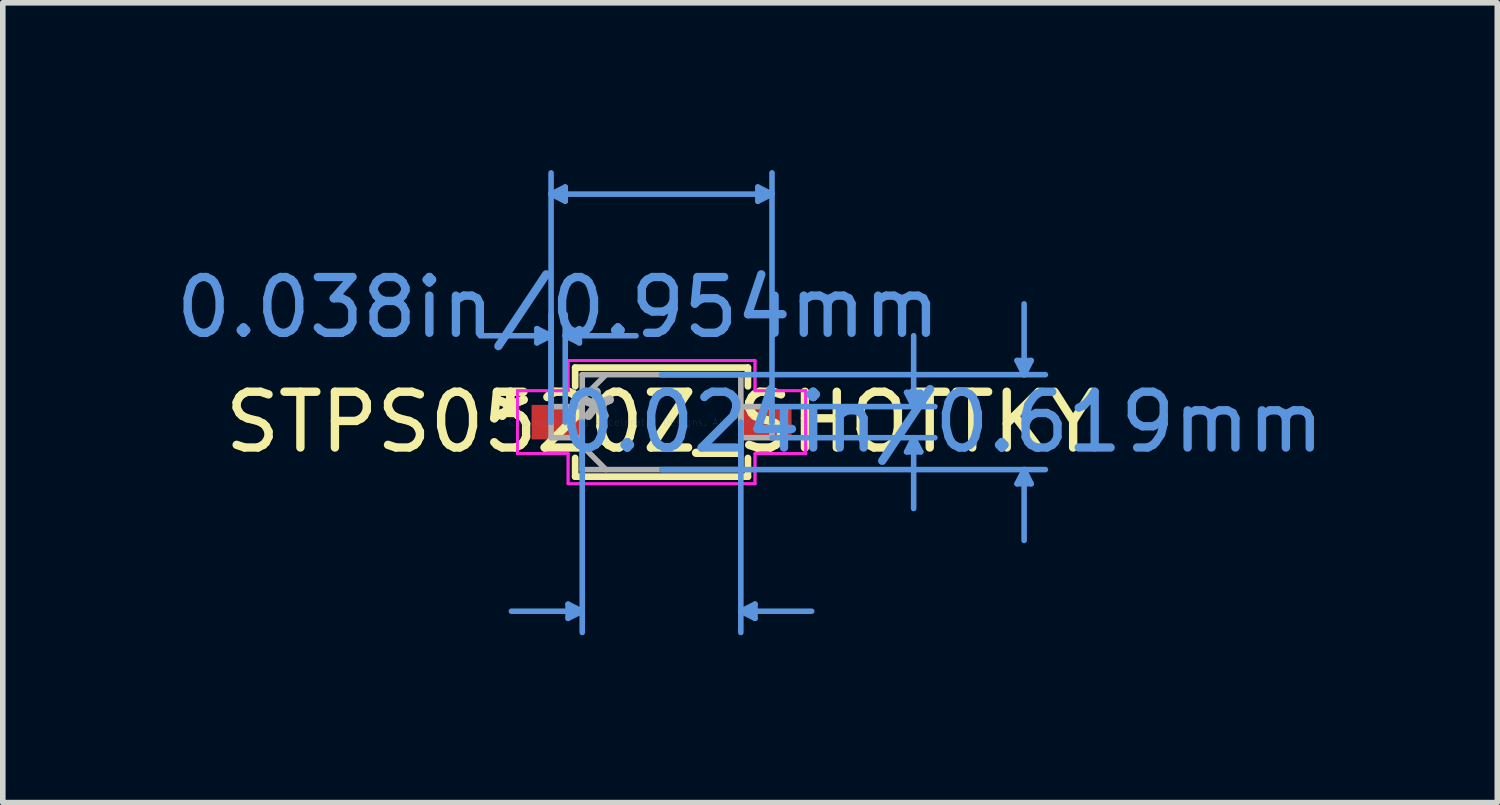
<source format=kicad_pcb>
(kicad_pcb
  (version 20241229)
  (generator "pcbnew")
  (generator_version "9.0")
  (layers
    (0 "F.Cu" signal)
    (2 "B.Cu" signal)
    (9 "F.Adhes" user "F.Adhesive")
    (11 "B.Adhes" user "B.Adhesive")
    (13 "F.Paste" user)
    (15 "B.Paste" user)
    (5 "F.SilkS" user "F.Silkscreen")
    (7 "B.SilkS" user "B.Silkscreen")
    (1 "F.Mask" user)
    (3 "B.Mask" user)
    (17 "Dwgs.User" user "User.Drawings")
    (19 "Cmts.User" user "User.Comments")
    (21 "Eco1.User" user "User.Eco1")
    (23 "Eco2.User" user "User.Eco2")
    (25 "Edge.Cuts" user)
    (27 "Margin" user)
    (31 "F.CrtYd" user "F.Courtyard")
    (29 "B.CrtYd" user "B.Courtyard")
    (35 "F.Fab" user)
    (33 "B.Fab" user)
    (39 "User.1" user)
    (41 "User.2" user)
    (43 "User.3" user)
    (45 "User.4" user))
  (footprint "STPS0520Z_SHOTTKY"
    (layer "F.Cu")
    (at 8.813 4.52)
    (property "Reference" "STPS0520Z_SHOTTKY" (at 0 0 0) (layer "F.SilkS") (effects (font (size 1 1) (thickness 0.15))))
    (attr through_hole)
    (fp_line (start -1.549 -0.978) (end -1.549 -0.642) (stroke (width 0.12) (type solid)) (layer "F.SilkS"))
    (fp_line (start -1.549 0.642) (end -1.549 0.978) (stroke (width 0.12) (type solid)) (layer "F.SilkS"))
    (fp_line (start -1.549 0.978) (end 1.549 0.978) (stroke (width 0.12) (type solid)) (layer "F.SilkS"))
    (fp_line (start 1.549 -0.978) (end -1.549 -0.978) (stroke (width 0.12) (type solid)) (layer "F.SilkS"))
    (fp_line (start 1.549 -0.642) (end 1.549 -0.978) (stroke (width 0.12) (type solid)) (layer "F.SilkS"))
    (fp_line (start 1.549 0.978) (end 1.549 0.642) (stroke (width 0.12) (type solid)) (layer "F.SilkS"))
    (fp_line (start -2.235 -1.676) (end -2.235 -1.422) (stroke (width 0.1) (type solid)) (layer "Cmts.User"))
    (fp_line (start -1.981 -4.089) (end -1.727 -4.216) (stroke (width 0.1) (type solid)) (layer "Cmts.User"))
    (fp_line (start -1.981 -4.089) (end -1.727 -3.962) (stroke (width 0.1) (type solid)) (layer "Cmts.User"))
    (fp_line (start -1.981 -4.089) (end 1.981 -4.089) (stroke (width 0.1) (type solid)) (layer "Cmts.User"))
    (fp_line (start -1.981 -1.549) (end -3.251 -1.549) (stroke (width 0.1) (type solid)) (layer "Cmts.User"))
    (fp_line (start -1.981 -1.549) (end -2.235 -1.676) (stroke (width 0.1) (type solid)) (layer "Cmts.User"))
    (fp_line (start -1.981 -1.549) (end -2.235 -1.422) (stroke (width 0.1) (type solid)) (layer "Cmts.User"))
    (fp_line (start -1.981 0) (end -1.981 -4.47) (stroke (width 0.1) (type solid)) (layer "Cmts.User"))
    (fp_line (start -1.981 0) (end -1.981 -1.93) (stroke (width 0.1) (type solid)) (layer "Cmts.User"))
    (fp_line (start -1.727 -4.216) (end -1.727 -3.962) (stroke (width 0.1) (type solid)) (layer "Cmts.User"))
    (fp_line (start -1.727 -1.549) (end -1.473 -1.676) (stroke (width 0.1) (type solid)) (layer "Cmts.User"))
    (fp_line (start -1.727 -1.549) (end -1.473 -1.422) (stroke (width 0.1) (type solid)) (layer "Cmts.User"))
    (fp_line (start -1.727 -1.549) (end -0.457 -1.549) (stroke (width 0.1) (type solid)) (layer "Cmts.User"))
    (fp_line (start -1.727 0) (end -1.727 -1.93) (stroke (width 0.1) (type solid)) (layer "Cmts.User"))
    (fp_line (start -1.676 3.264) (end -1.676 3.518) (stroke (width 0.1) (type solid)) (layer "Cmts.User"))
    (fp_line (start -1.473 -1.676) (end -1.473 -1.422) (stroke (width 0.1) (type solid)) (layer "Cmts.User"))
    (fp_line (start -1.422 0) (end -1.422 3.772) (stroke (width 0.1) (type solid)) (layer "Cmts.User"))
    (fp_line (start -1.422 3.391) (end -2.692 3.391) (stroke (width 0.1) (type solid)) (layer "Cmts.User"))
    (fp_line (start -1.422 3.391) (end -1.676 3.264) (stroke (width 0.1) (type solid)) (layer "Cmts.User"))
    (fp_line (start -1.422 3.391) (end -1.676 3.518) (stroke (width 0.1) (type solid)) (layer "Cmts.User"))
    (fp_line (start 0 -0.851) (end 6.883 -0.851) (stroke (width 0.1) (type solid)) (layer "Cmts.User"))
    (fp_line (start 0 0.851) (end 6.883 0.851) (stroke (width 0.1) (type solid)) (layer "Cmts.User"))
    (fp_line (start 1.422 0) (end 1.422 3.772) (stroke (width 0.1) (type solid)) (layer "Cmts.User"))
    (fp_line (start 1.422 3.391) (end 1.676 3.264) (stroke (width 0.1) (type solid)) (layer "Cmts.User"))
    (fp_line (start 1.422 3.391) (end 1.676 3.518) (stroke (width 0.1) (type solid)) (layer "Cmts.User"))
    (fp_line (start 1.422 3.391) (end 2.692 3.391) (stroke (width 0.1) (type solid)) (layer "Cmts.User"))
    (fp_line (start 1.676 3.264) (end 1.676 3.518) (stroke (width 0.1) (type solid)) (layer "Cmts.User"))
    (fp_line (start 1.727 -4.216) (end 1.727 -3.962) (stroke (width 0.1) (type solid)) (layer "Cmts.User"))
    (fp_line (start 1.981 -4.089) (end 1.727 -4.216) (stroke (width 0.1) (type solid)) (layer "Cmts.User"))
    (fp_line (start 1.981 -4.089) (end 1.727 -3.962) (stroke (width 0.1) (type solid)) (layer "Cmts.User"))
    (fp_line (start 1.981 -0.279) (end 4.902 -0.279) (stroke (width 0.1) (type solid)) (layer "Cmts.User"))
    (fp_line (start 1.981 0) (end 1.981 -4.47) (stroke (width 0.1) (type solid)) (layer "Cmts.User"))
    (fp_line (start 1.981 0.279) (end 4.902 0.279) (stroke (width 0.1) (type solid)) (layer "Cmts.User"))
    (fp_line (start 4.394 -0.533) (end 4.648 -0.533) (stroke (width 0.1) (type solid)) (layer "Cmts.User"))
    (fp_line (start 4.394 0.533) (end 4.648 0.533) (stroke (width 0.1) (type solid)) (layer "Cmts.User"))
    (fp_line (start 4.521 -0.279) (end 4.394 -0.533) (stroke (width 0.1) (type solid)) (layer "Cmts.User"))
    (fp_line (start 4.521 -0.279) (end 4.521 -1.549) (stroke (width 0.1) (type solid)) (layer "Cmts.User"))
    (fp_line (start 4.521 -0.279) (end 4.648 -0.533) (stroke (width 0.1) (type solid)) (layer "Cmts.User"))
    (fp_line (start 4.521 0.279) (end 4.394 0.533) (stroke (width 0.1) (type solid)) (layer "Cmts.User"))
    (fp_line (start 4.521 0.279) (end 4.521 1.549) (stroke (width 0.1) (type solid)) (layer "Cmts.User"))
    (fp_line (start 4.521 0.279) (end 4.648 0.533) (stroke (width 0.1) (type solid)) (layer "Cmts.User"))
    (fp_line (start 6.375 -1.105) (end 6.629 -1.105) (stroke (width 0.1) (type solid)) (layer "Cmts.User"))
    (fp_line (start 6.375 1.105) (end 6.629 1.105) (stroke (width 0.1) (type solid)) (layer "Cmts.User"))
    (fp_line (start 6.502 -0.851) (end 6.375 -1.105) (stroke (width 0.1) (type solid)) (layer "Cmts.User"))
    (fp_line (start 6.502 -0.851) (end 6.502 -2.121) (stroke (width 0.1) (type solid)) (layer "Cmts.User"))
    (fp_line (start 6.502 -0.851) (end 6.629 -1.105) (stroke (width 0.1) (type solid)) (layer "Cmts.User"))
    (fp_line (start 6.502 0.851) (end 6.375 1.105) (stroke (width 0.1) (type solid)) (layer "Cmts.User"))
    (fp_line (start 6.502 0.851) (end 6.502 2.121) (stroke (width 0.1) (type solid)) (layer "Cmts.User"))
    (fp_line (start 6.502 0.851) (end 6.629 1.105) (stroke (width 0.1) (type solid)) (layer "Cmts.User"))
    (fp_line (start -2.585 -0.563) (end -1.676 -0.563) (stroke (width 0.05) (type solid)) (layer "F.CrtYd"))
    (fp_line (start -2.585 -0.563) (end -1.676 -0.563) (stroke (width 0.05) (type solid)) (layer "F.CrtYd"))
    (fp_line (start -2.585 0.563) (end -2.585 -0.563) (stroke (width 0.05) (type solid)) (layer "F.CrtYd"))
    (fp_line (start -2.585 0.563) (end -2.585 -0.563) (stroke (width 0.05) (type solid)) (layer "F.CrtYd"))
    (fp_line (start -1.676 -1.105) (end 1.676 -1.105) (stroke (width 0.05) (type solid)) (layer "F.CrtYd"))
    (fp_line (start -1.676 -1.105) (end 1.676 -1.105) (stroke (width 0.05) (type solid)) (layer "F.CrtYd"))
    (fp_line (start -1.676 -0.563) (end -1.676 -1.105) (stroke (width 0.05) (type solid)) (layer "F.CrtYd"))
    (fp_line (start -1.676 -0.563) (end -1.676 -1.105) (stroke (width 0.05) (type solid)) (layer "F.CrtYd"))
    (fp_line (start -1.676 0.563) (end -2.585 0.563) (stroke (width 0.05) (type solid)) (layer "F.CrtYd"))
    (fp_line (start -1.676 0.563) (end -2.585 0.563) (stroke (width 0.05) (type solid)) (layer "F.CrtYd"))
    (fp_line (start -1.676 1.105) (end -1.676 0.563) (stroke (width 0.05) (type solid)) (layer "F.CrtYd"))
    (fp_line (start -1.676 1.105) (end -1.676 0.563) (stroke (width 0.05) (type solid)) (layer "F.CrtYd"))
    (fp_line (start 1.676 -1.105) (end 1.676 -0.563) (stroke (width 0.05) (type solid)) (layer "F.CrtYd"))
    (fp_line (start 1.676 -1.105) (end 1.676 -0.563) (stroke (width 0.05) (type solid)) (layer "F.CrtYd"))
    (fp_line (start 1.676 -0.563) (end 2.585 -0.563) (stroke (width 0.05) (type solid)) (layer "F.CrtYd"))
    (fp_line (start 1.676 -0.563) (end 2.585 -0.563) (stroke (width 0.05) (type solid)) (layer "F.CrtYd"))
    (fp_line (start 1.676 0.563) (end 1.676 1.105) (stroke (width 0.05) (type solid)) (layer "F.CrtYd"))
    (fp_line (start 1.676 0.563) (end 1.676 1.105) (stroke (width 0.05) (type solid)) (layer "F.CrtYd"))
    (fp_line (start 1.676 1.105) (end -1.676 1.105) (stroke (width 0.05) (type solid)) (layer "F.CrtYd"))
    (fp_line (start 1.676 1.105) (end -1.676 1.105) (stroke (width 0.05) (type solid)) (layer "F.CrtYd"))
    (fp_line (start 2.585 -0.563) (end 2.585 0.563) (stroke (width 0.05) (type solid)) (layer "F.CrtYd"))
    (fp_line (start 2.585 -0.563) (end 2.585 0.563) (stroke (width 0.05) (type solid)) (layer "F.CrtYd"))
    (fp_line (start 2.585 0.563) (end 1.676 0.563) (stroke (width 0.05) (type solid)) (layer "F.CrtYd"))
    (fp_line (start 2.585 0.563) (end 1.676 0.563) (stroke (width 0.05) (type solid)) (layer "F.CrtYd"))
    (fp_line (start -1.981 -0.279) (end -1.981 0.279) (stroke (width 0.1) (type solid)) (layer "F.Fab"))
    (fp_line (start -1.981 0.279) (end -1.422 0.279) (stroke (width 0.1) (type solid)) (layer "F.Fab"))
    (fp_line (start -1.422 -0.851) (end -1.422 0.851) (stroke (width 0.1) (type solid)) (layer "F.Fab"))
    (fp_line (start -1.422 -0.425) (end -0.997 -0.851) (stroke (width 0.1) (type solid)) (layer "F.Fab"))
    (fp_line (start -1.422 -0.279) (end -1.981 -0.279) (stroke (width 0.1) (type solid)) (layer "F.Fab"))
    (fp_line (start -1.422 0.279) (end -1.422 -0.279) (stroke (width 0.1) (type solid)) (layer "F.Fab"))
    (fp_line (start -1.422 0.425) (end -0.997 0.851) (stroke (width 0.1) (type solid)) (layer "F.Fab"))
    (fp_line (start -1.422 0.851) (end 1.422 0.851) (stroke (width 0.1) (type solid)) (layer "F.Fab"))
    (fp_line (start 1.422 -0.851) (end -1.422 -0.851) (stroke (width 0.1) (type solid)) (layer "F.Fab"))
    (fp_line (start 1.422 -0.279) (end 1.422 0.279) (stroke (width 0.1) (type solid)) (layer "F.Fab"))
    (fp_line (start 1.422 0.279) (end 1.981 0.279) (stroke (width 0.1) (type solid)) (layer "F.Fab"))
    (fp_line (start 1.422 0.851) (end 1.422 -0.851) (stroke (width 0.1) (type solid)) (layer "F.Fab"))
    (fp_line (start 1.981 -0.279) (end 1.422 -0.279) (stroke (width 0.1) (type solid)) (layer "F.Fab"))
    (fp_line (start 1.981 0.279) (end 1.981 -0.279) (stroke (width 0.1) (type solid)) (layer "F.Fab"))
    (fp_text user "*" (at -2.712 0 0) (layer "F.SilkS") (effects (font (size 1 1) (thickness 0.15))))
    (fp_text user "*" (at -2.712 0 0) (layer "F.SilkS") (effects (font (size 1 1) (thickness 0.15))))
    (fp_text user "0.038in/0.954mm" (at -1.854 -2.057 0) (layer "Cmts.User") (effects (font (size 1 1) (thickness 0.15))))
    (fp_text user "Copyright 2021 Accelerated Designs. All rights reserved." (at 0 0 0) (layer "Cmts.User") (effects (font (size 0.127 0.127) (thickness 0.002))))
    (fp_text user "0.024in/0.619mm" (at 5.029 0 0) (layer "Cmts.User") (effects (font (size 1 1) (thickness 0.15))))
    (fp_text user "*" (at -1.168 0 0) (layer "F.Fab") (effects (font (size 1 1) (thickness 0.15))))
    (fp_text user "*" (at -1.168 0 0) (layer "F.Fab") (effects (font (size 1 1) (thickness 0.15))))
    (pad "1" smd rect (at -1.854 0) (size 0.954 0.619) (layers "F.Cu" "F.Mask" "F.Paste"))
    (pad "2" smd rect (at 1.854 0) (size 0.954 0.619) (layers "F.Cu" "F.Mask" "F.Paste")))
  (gr_rect
    (start -3 -3)
    (end 23.8 11.342)
    (stroke (width 0.1) (type default))
    (fill no)
    (layer "Edge.Cuts")))
</source>
